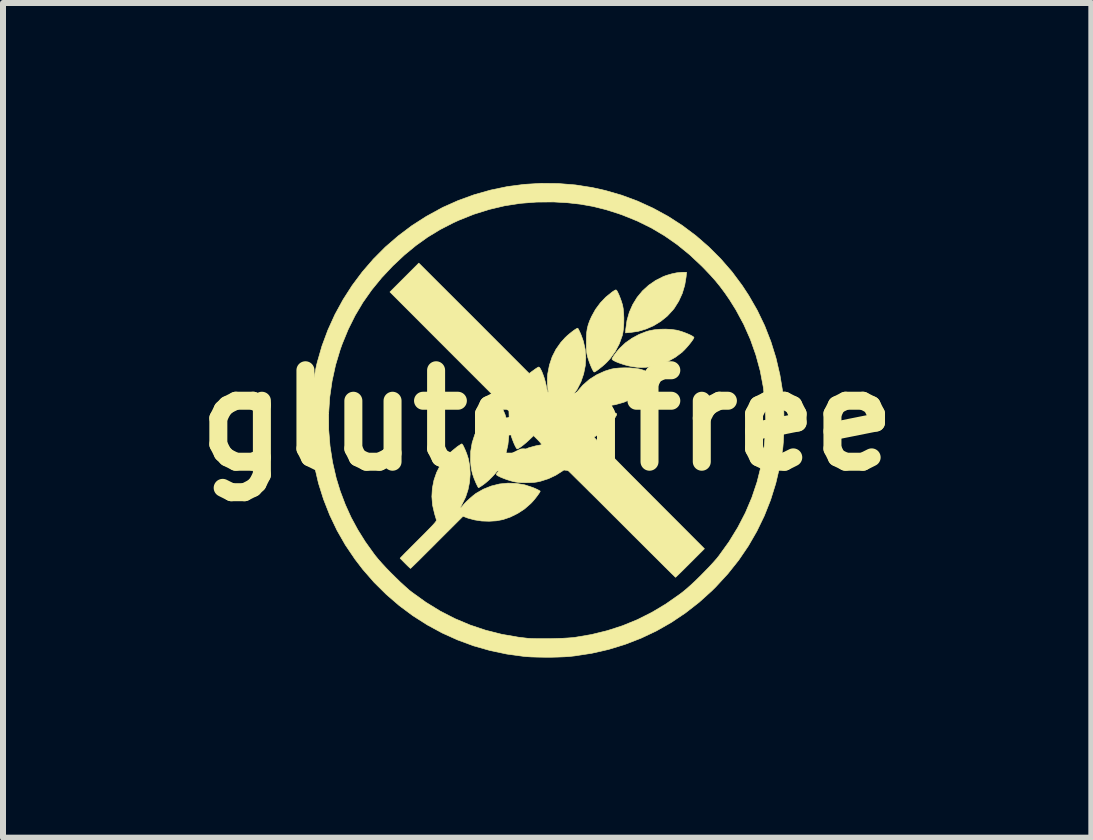
<source format=kicad_pcb>
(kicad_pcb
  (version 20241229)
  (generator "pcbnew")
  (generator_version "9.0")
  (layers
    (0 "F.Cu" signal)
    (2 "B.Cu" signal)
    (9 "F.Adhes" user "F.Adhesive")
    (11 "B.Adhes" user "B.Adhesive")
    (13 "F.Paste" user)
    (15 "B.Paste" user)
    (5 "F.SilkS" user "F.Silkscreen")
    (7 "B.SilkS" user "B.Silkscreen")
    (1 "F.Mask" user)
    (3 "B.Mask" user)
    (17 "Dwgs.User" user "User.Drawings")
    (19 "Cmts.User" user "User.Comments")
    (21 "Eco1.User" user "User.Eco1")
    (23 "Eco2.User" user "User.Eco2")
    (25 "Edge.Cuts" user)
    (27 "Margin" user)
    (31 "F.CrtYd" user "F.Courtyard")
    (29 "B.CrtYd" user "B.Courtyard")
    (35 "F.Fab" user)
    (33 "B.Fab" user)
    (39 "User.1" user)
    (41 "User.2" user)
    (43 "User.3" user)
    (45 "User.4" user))
  (footprint "glutenfree"
    (layer "F.Cu")
    (at 6.067 3.954)
    (property "Reference" "glutenfree" (at 0 0 0) (layer "F.SilkS") (effects (font (size 1.524 1.524) (thickness 0.3))))
    (attr through_hole)
    (fp_poly (pts (xy 2.315 -2.39) (xy 2.292 -2.251) (xy 2.251 -2.115) (xy 2.192 -1.986) (xy 2.118 -1.868) (xy 2.095 -1.839) (xy 2.002 -1.738) (xy 1.894 -1.651) (xy 1.775 -1.578) (xy 1.647 -1.522) (xy 1.515 -1.483) (xy 1.391 -1.465) (xy 1.306 -1.458) (xy 1.31 -1.521) (xy 1.33 -1.664) (xy 1.369 -1.801) (xy 1.426 -1.93) (xy 1.499 -2.049) (xy 1.588 -2.157) (xy 1.691 -2.251) (xy 1.807 -2.331) (xy 1.934 -2.395) (xy 1.987 -2.415) (xy 2.072 -2.44) (xy 2.156 -2.458) (xy 2.234 -2.466) (xy 2.257 -2.467) (xy 2.322 -2.467) (xy 2.315 -2.39)) (stroke (width 0.01) (type solid)) (fill yes) (layer "F.SilkS"))
    (fp_poly (pts (xy -0.743 -0.194) (xy -0.702 -0.098) (xy -0.67 0.01) (xy -0.648 0.122) (xy -0.646 0.142) (xy -0.64 0.273) (xy -0.654 0.407) (xy -0.684 0.54) (xy -0.732 0.669) (xy -0.795 0.789) (xy -0.818 0.824) (xy -0.86 0.879) (xy -0.914 0.938) (xy -0.973 0.997) (xy -1.032 1.047) (xy -1.063 1.071) (xy -1.097 1.094) (xy -1.125 1.112) (xy -1.141 1.122) (xy -1.144 1.122) (xy -1.151 1.113) (xy -1.164 1.09) (xy -1.18 1.056) (xy -1.183 1.051) (xy -1.218 0.967) (xy -1.243 0.894) (xy -1.26 0.824) (xy -1.271 0.75) (xy -1.277 0.664) (xy -1.277 0.662) (xy -1.274 0.516) (xy -1.25 0.375) (xy -1.207 0.24) (xy -1.144 0.113) (xy -1.063 -0.005) (xy -0.963 -0.114) (xy -0.917 -0.156) (xy -0.881 -0.185) (xy -0.844 -0.213) (xy -0.815 -0.232) (xy -0.813 -0.233) (xy -0.774 -0.255) (xy -0.743 -0.194)) (stroke (width 0.01) (type solid)) (fill yes) (layer "F.SilkS"))
    (fp_poly (pts (xy 1.371 -0.874) (xy 1.452 -0.868) (xy 1.523 -0.858) (xy 1.562 -0.849) (xy 1.602 -0.836) (xy 1.648 -0.819) (xy 1.695 -0.801) (xy 1.739 -0.782) (xy 1.776 -0.764) (xy 1.801 -0.75) (xy 1.811 -0.742) (xy 1.811 -0.742) (xy 1.804 -0.731) (xy 1.788 -0.707) (xy 1.764 -0.674) (xy 1.738 -0.64) (xy 1.642 -0.53) (xy 1.533 -0.436) (xy 1.412 -0.36) (xy 1.279 -0.302) (xy 1.135 -0.261) (xy 1.13 -0.26) (xy 1.066 -0.251) (xy 0.988 -0.246) (xy 0.906 -0.245) (xy 0.826 -0.249) (xy 0.758 -0.256) (xy 0.741 -0.259) (xy 0.691 -0.271) (xy 0.637 -0.287) (xy 0.582 -0.306) (xy 0.531 -0.326) (xy 0.487 -0.345) (xy 0.455 -0.362) (xy 0.436 -0.376) (xy 0.434 -0.381) (xy 0.44 -0.393) (xy 0.456 -0.418) (xy 0.48 -0.451) (xy 0.498 -0.475) (xy 0.595 -0.587) (xy 0.704 -0.682) (xy 0.826 -0.759) (xy 0.96 -0.82) (xy 1.064 -0.853) (xy 1.125 -0.865) (xy 1.201 -0.872) (xy 1.285 -0.875) (xy 1.371 -0.874)) (stroke (width 0.01) (type solid)) (fill yes) (layer "F.SilkS"))
    (fp_poly (pts (xy 2.068 -1.515) (xy 2.154 -1.503) (xy 2.191 -1.494) (xy 2.242 -1.479) (xy 2.295 -1.46) (xy 2.345 -1.44) (xy 2.389 -1.42) (xy 2.422 -1.402) (xy 2.442 -1.387) (xy 2.446 -1.381) (xy 2.439 -1.363) (xy 2.42 -1.334) (xy 2.393 -1.297) (xy 2.36 -1.256) (xy 2.324 -1.214) (xy 2.289 -1.176) (xy 2.256 -1.144) (xy 2.251 -1.138) (xy 2.138 -1.053) (xy 2.014 -0.983) (xy 1.881 -0.931) (xy 1.745 -0.897) (xy 1.726 -0.894) (xy 1.645 -0.884) (xy 1.573 -0.881) (xy 1.502 -0.884) (xy 1.421 -0.895) (xy 1.419 -0.895) (xy 1.366 -0.906) (xy 1.309 -0.92) (xy 1.251 -0.938) (xy 1.196 -0.957) (xy 1.148 -0.976) (xy 1.11 -0.995) (xy 1.087 -1.01) (xy 1.08 -1.021) (xy 1.087 -1.039) (xy 1.105 -1.069) (xy 1.131 -1.106) (xy 1.163 -1.148) (xy 1.198 -1.189) (xy 1.213 -1.205) (xy 1.304 -1.291) (xy 1.412 -1.367) (xy 1.53 -1.431) (xy 1.655 -1.48) (xy 1.705 -1.494) (xy 1.784 -1.509) (xy 1.876 -1.518) (xy 1.973 -1.52) (xy 2.068 -1.515)) (stroke (width 0.01) (type solid)) (fill yes) (layer "F.SilkS"))
    (fp_poly (pts (xy 1.157 -2.166) (xy 1.162 -2.16) (xy 1.177 -2.132) (xy 1.197 -2.089) (xy 1.217 -2.038) (xy 1.237 -1.983) (xy 1.253 -1.931) (xy 1.256 -1.921) (xy 1.267 -1.862) (xy 1.274 -1.788) (xy 1.278 -1.706) (xy 1.277 -1.621) (xy 1.272 -1.54) (xy 1.263 -1.467) (xy 1.252 -1.415) (xy 1.202 -1.276) (xy 1.136 -1.15) (xy 1.053 -1.034) (xy 1.006 -0.981) (xy 0.974 -0.949) (xy 0.936 -0.915) (xy 0.895 -0.881) (xy 0.855 -0.85) (xy 0.821 -0.825) (xy 0.795 -0.809) (xy 0.783 -0.805) (xy 0.774 -0.814) (xy 0.76 -0.837) (xy 0.744 -0.87) (xy 0.742 -0.874) (xy 0.723 -0.918) (xy 0.702 -0.972) (xy 0.684 -1.026) (xy 0.681 -1.035) (xy 0.67 -1.072) (xy 0.663 -1.105) (xy 0.658 -1.138) (xy 0.655 -1.176) (xy 0.653 -1.225) (xy 0.653 -1.29) (xy 0.653 -1.302) (xy 0.654 -1.393) (xy 0.659 -1.468) (xy 0.669 -1.533) (xy 0.685 -1.595) (xy 0.708 -1.659) (xy 0.74 -1.73) (xy 0.741 -1.732) (xy 0.805 -1.848) (xy 0.885 -1.956) (xy 0.977 -2.053) (xy 1.077 -2.134) (xy 1.084 -2.139) (xy 1.117 -2.161) (xy 1.137 -2.172) (xy 1.148 -2.173) (xy 1.157 -2.166)) (stroke (width 0.01) (type solid)) (fill yes) (layer "F.SilkS"))
    (fp_poly (pts (xy -1.412 0.401) (xy -1.397 0.426) (xy -1.379 0.464) (xy -1.359 0.509) (xy -1.34 0.557) (xy -1.324 0.606) (xy -1.313 0.641) (xy -1.29 0.765) (xy -1.283 0.895) (xy -1.293 1.027) (xy -1.319 1.157) (xy -1.359 1.279) (xy -1.414 1.39) (xy -1.414 1.391) (xy -1.433 1.425) (xy -1.443 1.449) (xy -1.444 1.46) (xy -1.436 1.455) (xy -1.418 1.434) (xy -1.417 1.434) (xy -1.384 1.394) (xy -1.338 1.347) (xy -1.287 1.3) (xy -1.236 1.256) (xy -1.191 1.221) (xy -1.187 1.218) (xy -1.063 1.147) (xy -0.931 1.094) (xy -0.794 1.06) (xy -0.654 1.046) (xy -0.512 1.051) (xy -0.373 1.075) (xy -0.237 1.12) (xy -0.194 1.138) (xy -0.158 1.155) (xy -0.131 1.17) (xy -0.117 1.179) (xy -0.116 1.18) (xy -0.123 1.196) (xy -0.141 1.224) (xy -0.167 1.26) (xy -0.197 1.299) (xy -0.23 1.339) (xy -0.262 1.374) (xy -0.275 1.387) (xy -0.377 1.476) (xy -0.492 1.551) (xy -0.616 1.612) (xy -0.736 1.653) (xy -0.847 1.674) (xy -0.968 1.681) (xy -1.09 1.677) (xy -1.208 1.659) (xy -1.317 1.63) (xy -1.331 1.625) (xy -1.402 1.598) (xy -1.837 2.032) (xy -1.916 2.112) (xy -1.991 2.186) (xy -2.06 2.255) (xy -2.121 2.316) (xy -2.175 2.369) (xy -2.218 2.411) (xy -2.251 2.443) (xy -2.271 2.462) (xy -2.277 2.467) (xy -2.286 2.46) (xy -2.307 2.441) (xy -2.336 2.413) (xy -2.366 2.383) (xy -2.45 2.298) (xy -2.429 2.275) (xy -2.417 2.263) (xy -2.392 2.237) (xy -2.356 2.2) (xy -2.309 2.154) (xy -2.255 2.099) (xy -2.195 2.039) (xy -2.131 1.975) (xy -2.124 1.968) (xy -2.05 1.894) (xy -1.99 1.833) (xy -1.942 1.784) (xy -1.905 1.745) (xy -1.879 1.716) (xy -1.861 1.694) (xy -1.85 1.678) (xy -1.846 1.667) (xy -1.846 1.66) (xy -1.851 1.639) (xy -1.862 1.604) (xy -1.874 1.562) (xy -1.878 1.548) (xy -1.91 1.41) (xy -1.921 1.27) (xy -1.913 1.132) (xy -1.886 0.996) (xy -1.841 0.866) (xy -1.778 0.742) (xy -1.698 0.628) (xy -1.602 0.524) (xy -1.498 0.439) (xy -1.465 0.417) (xy -1.439 0.4) (xy -1.423 0.392) (xy -1.422 0.392) (xy -1.412 0.401)) (stroke (width 0.01) (type solid)) (fill yes) (layer "F.SilkS"))
    (fp_poly (pts (xy -1.219 -1.701) (xy -0.3 -0.781) (xy -0.226 -0.835) (xy -0.191 -0.86) (xy -0.162 -0.879) (xy -0.143 -0.888) (xy -0.14 -0.889) (xy -0.126 -0.88) (xy -0.109 -0.853) (xy -0.089 -0.813) (xy -0.069 -0.762) (xy -0.049 -0.706) (xy -0.032 -0.646) (xy -0.018 -0.588) (xy -0.011 -0.553) (xy -0.003 -0.515) (xy 0.005 -0.485) (xy 0.012 -0.47) (xy 0.013 -0.47) (xy 0.02 -0.472) (xy 0.018 -0.488) (xy 0.01 -0.537) (xy 0.005 -0.598) (xy 0.003 -0.666) (xy 0.005 -0.732) (xy 0.009 -0.774) (xy 0.038 -0.922) (xy 0.083 -1.058) (xy 0.146 -1.182) (xy 0.226 -1.296) (xy 0.299 -1.377) (xy 0.334 -1.41) (xy 0.374 -1.444) (xy 0.415 -1.477) (xy 0.453 -1.505) (xy 0.484 -1.525) (xy 0.505 -1.535) (xy 0.508 -1.535) (xy 0.517 -1.526) (xy 0.53 -1.501) (xy 0.547 -1.465) (xy 0.566 -1.421) (xy 0.583 -1.375) (xy 0.599 -1.33) (xy 0.602 -1.321) (xy 0.633 -1.186) (xy 0.644 -1.048) (xy 0.635 -0.91) (xy 0.608 -0.775) (xy 0.563 -0.643) (xy 0.5 -0.519) (xy 0.421 -0.404) (xy 0.328 -0.303) (xy 0.251 -0.231) (xy 0.279 -0.204) (xy 0.306 -0.177) (xy 0.383 -0.199) (xy 0.523 -0.23) (xy 0.662 -0.24) (xy 0.801 -0.23) (xy 0.914 -0.207) (xy 0.967 -0.192) (xy 1.02 -0.174) (xy 1.071 -0.154) (xy 1.113 -0.136) (xy 1.144 -0.119) (xy 1.159 -0.107) (xy 1.157 -0.092) (xy 1.143 -0.065) (xy 1.12 -0.029) (xy 1.089 0.012) (xy 1.054 0.054) (xy 1.017 0.095) (xy 1.013 0.1) (xy 0.98 0.13) (xy 0.939 0.165) (xy 0.895 0.201) (xy 0.852 0.233) (xy 0.814 0.26) (xy 0.786 0.276) (xy 0.78 0.279) (xy 0.786 0.287) (xy 0.806 0.309) (xy 0.839 0.344) (xy 0.884 0.391) (xy 0.941 0.45) (xy 1.009 0.519) (xy 1.086 0.598) (xy 1.172 0.685) (xy 1.265 0.78) (xy 1.366 0.882) (xy 1.473 0.989) (xy 1.585 1.102) (xy 1.694 1.211) (xy 2.62 2.139) (xy 2.382 2.377) (xy 2.324 2.435) (xy 2.271 2.488) (xy 2.224 2.534) (xy 2.186 2.571) (xy 2.158 2.598) (xy 2.142 2.613) (xy 2.139 2.615) (xy 2.131 2.608) (xy 2.109 2.586) (xy 2.073 2.552) (xy 2.026 2.505) (xy 1.967 2.447) (xy 1.898 2.378) (xy 1.82 2.3) (xy 1.733 2.214) (xy 1.638 2.119) (xy 1.537 2.018) (xy 1.429 1.911) (xy 1.317 1.799) (xy 1.228 1.71) (xy 1.113 1.595) (xy 1.002 1.484) (xy 0.896 1.378) (xy 0.796 1.278) (xy 0.702 1.186) (xy 0.617 1.101) (xy 0.54 1.025) (xy 0.473 0.959) (xy 0.417 0.903) (xy 0.372 0.859) (xy 0.339 0.827) (xy 0.32 0.809) (xy 0.315 0.805) (xy 0.302 0.811) (xy 0.279 0.826) (xy 0.251 0.846) (xy 0.142 0.915) (xy 0.021 0.972) (xy -0.107 1.013) (xy -0.171 1.027) (xy -0.222 1.034) (xy -0.287 1.037) (xy -0.358 1.038) (xy -0.429 1.037) (xy -0.491 1.032) (xy -0.529 1.027) (xy -0.577 1.016) (xy -0.629 1.001) (xy -0.684 0.983) (xy -0.736 0.963) (xy -0.782 0.944) (xy -0.818 0.926) (xy -0.841 0.911) (xy -0.847 0.902) (xy -0.841 0.886) (xy -0.823 0.859) (xy -0.798 0.823) (xy -0.768 0.784) (xy -0.736 0.746) (xy -0.714 0.722) (xy -0.627 0.639) (xy -0.526 0.566) (xy -0.417 0.504) (xy -0.304 0.456) (xy -0.191 0.425) (xy -0.153 0.418) (xy -0.121 0.412) (xy -0.098 0.407) (xy -0.092 0.405) (xy -0.095 0.396) (xy -0.11 0.375) (xy -0.135 0.347) (xy -0.154 0.327) (xy -0.226 0.255) (xy -0.306 0.331) (xy -0.349 0.37) (xy -0.392 0.406) (xy -0.432 0.437) (xy -0.467 0.461) (xy -0.491 0.474) (xy -0.499 0.476) (xy -0.51 0.467) (xy -0.525 0.442) (xy -0.544 0.404) (xy -0.563 0.359) (xy -0.582 0.309) (xy -0.599 0.26) (xy -0.599 0.257) (xy -0.611 0.214) (xy -0.62 0.173) (xy -0.626 0.128) (xy -0.629 0.074) (xy -0.632 0.005) (xy -0.637 -0.154) (xy -1.629 -1.146) (xy -2.62 -2.139) (xy -2.139 -2.62) (xy -1.219 -1.701)) (stroke (width 0.01) (type solid)) (fill yes) (layer "F.SilkS"))
    (fp_poly (pts (xy 0.184 -3.946) (xy 0.469 -3.923) (xy 0.751 -3.879) (xy 0.966 -3.831) (xy 1.24 -3.752) (xy 1.507 -3.653) (xy 1.765 -3.535) (xy 2.013 -3.4) (xy 2.251 -3.247) (xy 2.478 -3.077) (xy 2.692 -2.891) (xy 2.893 -2.69) (xy 3.08 -2.475) (xy 3.251 -2.245) (xy 3.359 -2.08) (xy 3.501 -1.833) (xy 3.624 -1.577) (xy 3.727 -1.313) (xy 3.812 -1.04) (xy 3.878 -0.757) (xy 3.925 -0.471) (xy 3.932 -0.394) (xy 3.938 -0.301) (xy 3.942 -0.195) (xy 3.945 -0.081) (xy 3.945 0.035) (xy 3.943 0.15) (xy 3.94 0.26) (xy 3.935 0.359) (xy 3.928 0.443) (xy 3.925 0.471) (xy 3.876 0.765) (xy 3.809 1.05) (xy 3.723 1.326) (xy 3.618 1.591) (xy 3.494 1.847) (xy 3.352 2.093) (xy 3.191 2.33) (xy 3.011 2.556) (xy 2.813 2.771) (xy 2.746 2.838) (xy 2.531 3.032) (xy 2.304 3.209) (xy 2.067 3.368) (xy 1.819 3.509) (xy 1.563 3.63) (xy 1.297 3.733) (xy 1.024 3.817) (xy 0.743 3.881) (xy 0.456 3.925) (xy 0.374 3.934) (xy 0.287 3.94) (xy 0.185 3.944) (xy 0.073 3.947) (xy -0.043 3.947) (xy -0.157 3.945) (xy -0.263 3.942) (xy -0.356 3.936) (xy -0.387 3.933) (xy -0.672 3.894) (xy -0.952 3.835) (xy -1.226 3.757) (xy -1.492 3.659) (xy -1.749 3.543) (xy -1.998 3.408) (xy -2.237 3.256) (xy -2.464 3.087) (xy -2.68 2.901) (xy -2.883 2.7) (xy -3.073 2.482) (xy -3.203 2.312) (xy -3.362 2.077) (xy -3.502 1.832) (xy -3.623 1.578) (xy -3.726 1.316) (xy -3.81 1.049) (xy -3.874 0.776) (xy -3.919 0.498) (xy -3.944 0.218) (xy -3.95 -0.064) (xy -3.947 -0.114) (xy -3.641 -0.114) (xy -3.64 0.158) (xy -3.618 0.429) (xy -3.576 0.698) (xy -3.515 0.963) (xy -3.448 1.181) (xy -3.363 1.405) (xy -3.267 1.617) (xy -3.156 1.822) (xy -3.03 2.024) (xy -2.885 2.226) (xy -2.863 2.255) (xy -2.814 2.315) (xy -2.753 2.384) (xy -2.682 2.461) (xy -2.604 2.541) (xy -2.524 2.62) (xy -2.445 2.697) (xy -2.369 2.766) (xy -2.302 2.826) (xy -2.255 2.863) (xy -2.023 3.03) (xy -1.784 3.177) (xy -1.539 3.303) (xy -1.285 3.41) (xy -1.025 3.497) (xy -0.756 3.565) (xy -0.479 3.613) (xy -0.32 3.632) (xy -0.265 3.635) (xy -0.194 3.637) (xy -0.11 3.638) (xy -0.018 3.638) (xy 0.078 3.637) (xy 0.174 3.634) (xy 0.265 3.631) (xy 0.347 3.626) (xy 0.416 3.621) (xy 0.461 3.616) (xy 0.737 3.569) (xy 1.002 3.504) (xy 1.258 3.421) (xy 1.505 3.32) (xy 1.745 3.199) (xy 1.979 3.059) (xy 2.209 2.898) (xy 2.255 2.863) (xy 2.315 2.814) (xy 2.384 2.753) (xy 2.461 2.682) (xy 2.541 2.604) (xy 2.62 2.524) (xy 2.697 2.445) (xy 2.766 2.37) (xy 2.826 2.302) (xy 2.863 2.255) (xy 3.03 2.023) (xy 3.177 1.783) (xy 3.304 1.538) (xy 3.411 1.285) (xy 3.498 1.026) (xy 3.564 0.762) (xy 3.61 0.491) (xy 3.636 0.214) (xy 3.642 0) (xy 3.632 -0.28) (xy 3.601 -0.555) (xy 3.55 -0.825) (xy 3.478 -1.089) (xy 3.387 -1.347) (xy 3.276 -1.598) (xy 3.145 -1.841) (xy 3.04 -2.009) (xy 2.961 -2.124) (xy 2.882 -2.23) (xy 2.799 -2.332) (xy 2.707 -2.434) (xy 2.604 -2.542) (xy 2.573 -2.573) (xy 2.374 -2.76) (xy 2.169 -2.927) (xy 1.957 -3.075) (xy 1.736 -3.206) (xy 1.505 -3.32) (xy 1.261 -3.419) (xy 1.185 -3.446) (xy 0.972 -3.513) (xy 0.763 -3.565) (xy 0.554 -3.602) (xy 0.339 -3.626) (xy 0.111 -3.639) (xy 0.101 -3.639) (xy -0.177 -3.637) (xy -0.447 -3.616) (xy -0.71 -3.575) (xy -0.967 -3.514) (xy -1.222 -3.434) (xy -1.475 -3.333) (xy -1.568 -3.29) (xy -1.784 -3.179) (xy -1.99 -3.054) (xy -2.187 -2.913) (xy -2.379 -2.755) (xy -2.568 -2.578) (xy -2.573 -2.573) (xy -2.758 -2.376) (xy -2.924 -2.173) (xy -3.071 -1.964) (xy -3.201 -1.745) (xy -3.315 -1.516) (xy -3.415 -1.273) (xy -3.448 -1.181) (xy -3.526 -0.921) (xy -3.584 -0.655) (xy -3.623 -0.386) (xy -3.641 -0.114) (xy -3.947 -0.114) (xy -3.935 -0.346) (xy -3.901 -0.629) (xy -3.845 -0.909) (xy -3.831 -0.966) (xy -3.752 -1.24) (xy -3.653 -1.506) (xy -3.536 -1.764) (xy -3.401 -2.011) (xy -3.249 -2.248) (xy -3.08 -2.474) (xy -2.896 -2.687) (xy -2.697 -2.887) (xy -2.483 -3.072) (xy -2.256 -3.243) (xy -2.016 -3.397) (xy -1.764 -3.535) (xy -1.742 -3.547) (xy -1.482 -3.663) (xy -1.215 -3.76) (xy -0.942 -3.837) (xy -0.664 -3.895) (xy -0.383 -3.932) (xy -0.1 -3.949) (xy 0.184 -3.946)) (stroke (width 0.01) (type solid)) (fill yes) (layer "F.SilkS")))
  (gr_rect
    (start -3 -3)
    (end 15.134 10.907)
    (stroke (width 0.1) (type default))
    (fill no)
    (layer "Edge.Cuts")))
</source>
